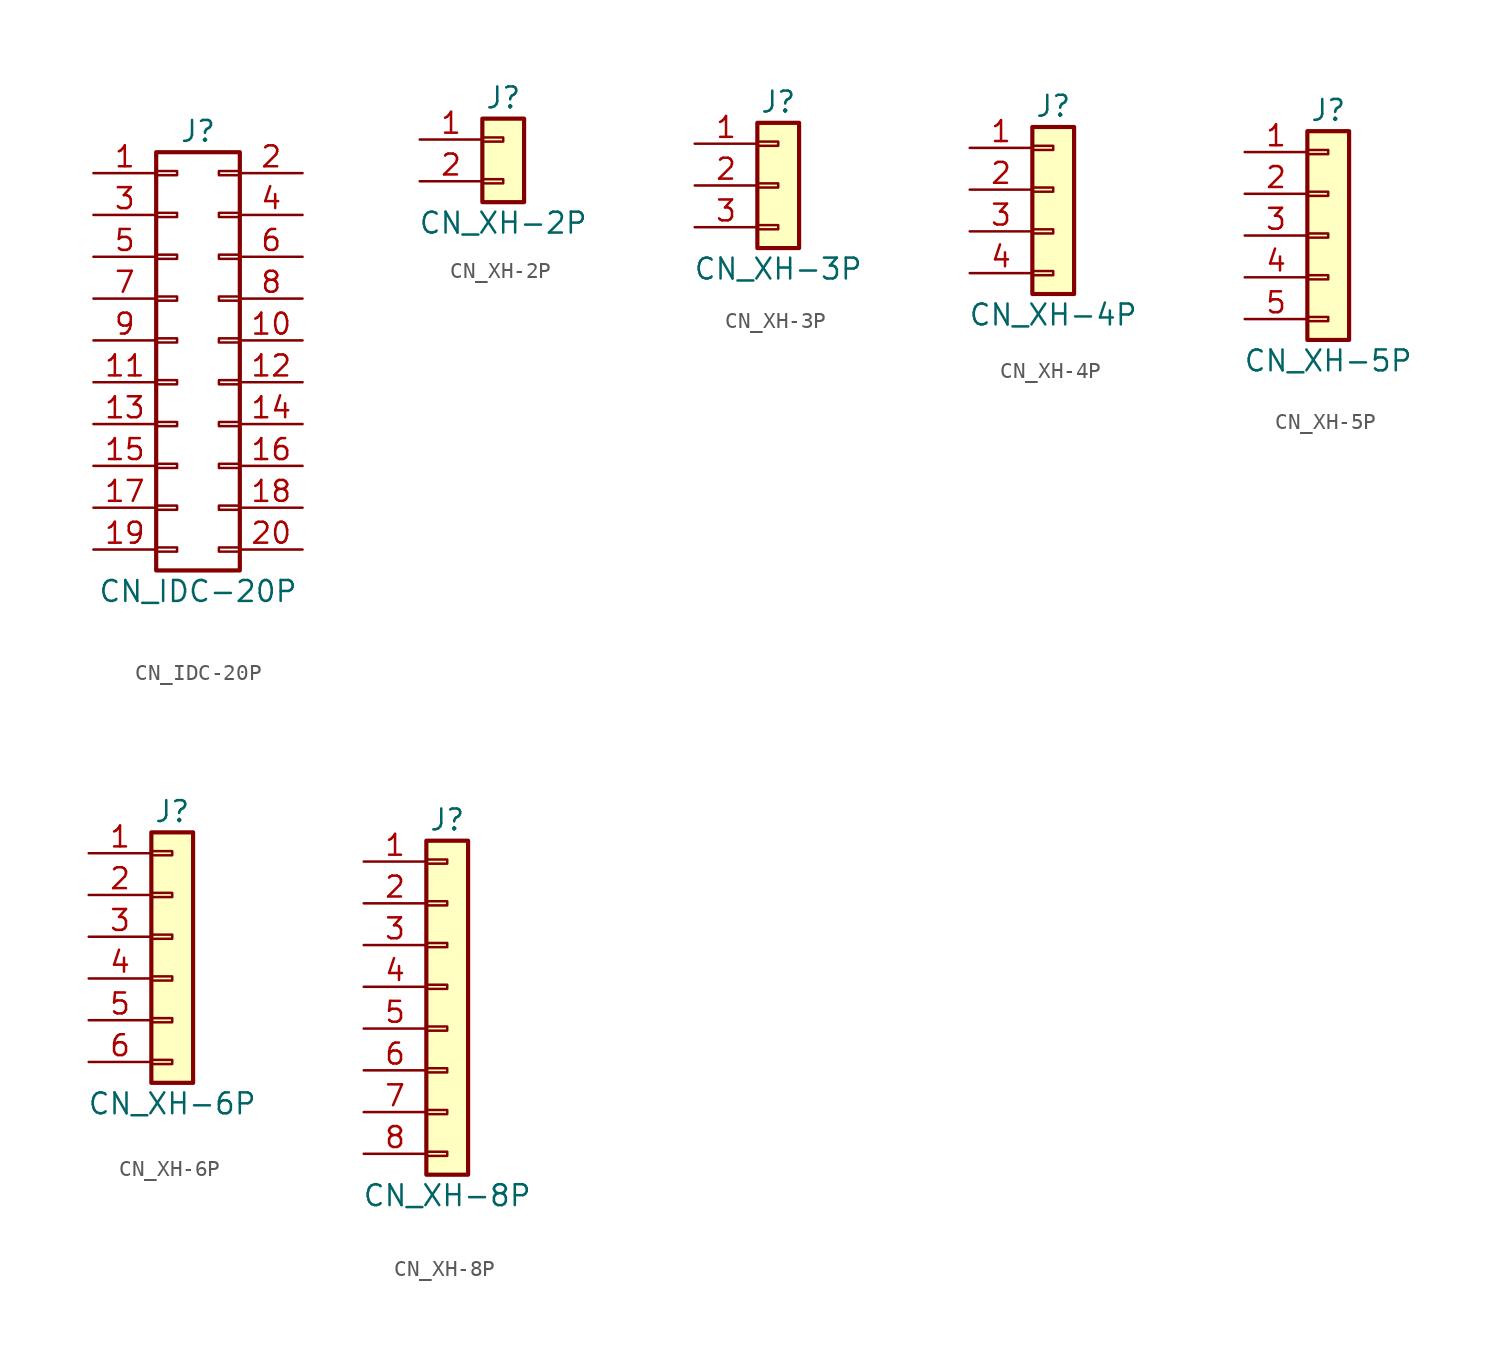
<source format=kicad_sym>
(kicad_symbol_lib
  (version 20220914)
  (generator kicad_symbol_editor)
  (symbol "CN_IDC-20P"
    (pin_names
      (offset 1.016) hide)
    (property "Reference" "J"
      (at 1.27 12.7 0)
      (effects (font (size 1.27 1.27))))
    (property "Value" "CN_IDC-20P"
      (at 1.27 -15.24 0)
      (effects (font (size 1.27 1.27))))
    (symbol "CN_IDC-20P_1_1"
      (rectangle (start -1.27 -12.573) (end 0 -12.827) (stroke (width 0.152) (type default)) (fill (type none)))
      (rectangle (start -1.27 -10.033) (end 0 -10.287) (stroke (width 0.152) (type default)) (fill (type none)))
      (rectangle (start -1.27 -7.493) (end 0 -7.747) (stroke (width 0.152) (type default)) (fill (type none)))
      (rectangle (start -1.27 -4.953) (end 0 -5.207) (stroke (width 0.152) (type default)) (fill (type none)))
      (rectangle (start -1.27 -2.413) (end 0 -2.667) (stroke (width 0.152) (type default)) (fill (type none)))
      (rectangle (start -1.27 0.127) (end 0 -0.127) (stroke (width 0.152) (type default)) (fill (type none)))
      (rectangle (start -1.27 2.667) (end 0 2.413) (stroke (width 0.152) (type default)) (fill (type none)))
      (rectangle (start -1.27 5.207) (end 0 4.953) (stroke (width 0.152) (type default)) (fill (type none)))
      (rectangle (start -1.27 7.747) (end 0 7.493) (stroke (width 0.152) (type default)) (fill (type none)))
      (rectangle (start -1.27 10.287) (end 0 10.033) (stroke (width 0.152) (type default)) (fill (type none)))
      (rectangle (start -1.27 11.43) (end 3.81 -13.97) (stroke (width 0.254) (type default)) (fill (type none)))
      (rectangle (start 3.81 -12.573) (end 2.54 -12.827) (stroke (width 0.152) (type default)) (fill (type none)))
      (rectangle (start 3.81 -10.033) (end 2.54 -10.287) (stroke (width 0.152) (type default)) (fill (type none)))
      (rectangle (start 3.81 -7.493) (end 2.54 -7.747) (stroke (width 0.152) (type default)) (fill (type none)))
      (rectangle (start 3.81 -4.953) (end 2.54 -5.207) (stroke (width 0.152) (type default)) (fill (type none)))
      (rectangle (start 3.81 -2.413) (end 2.54 -2.667) (stroke (width 0.152) (type default)) (fill (type none)))
      (rectangle (start 3.81 0.127) (end 2.54 -0.127) (stroke (width 0.152) (type default)) (fill (type none)))
      (rectangle (start 3.81 2.667) (end 2.54 2.413) (stroke (width 0.152) (type default)) (fill (type none)))
      (rectangle (start 3.81 5.207) (end 2.54 4.953) (stroke (width 0.152) (type default)) (fill (type none)))
      (rectangle (start 3.81 7.747) (end 2.54 7.493) (stroke (width 0.152) (type default)) (fill (type none)))
      (rectangle (start 3.81 10.287) (end 2.54 10.033) (stroke (width 0.152) (type default)) (fill (type none)))
      (pin passive line (at -5.08 10.16 0) (length 3.81) (name "Pin_1" (effects (font (size 1.27 1.27)))) (number "1" (effects (font (size 1.27 1.27)))))
      (pin passive line (at 7.62 0 180) (length 3.81) (name "Pin_10" (effects (font (size 1.27 1.27)))) (number "10" (effects (font (size 1.27 1.27)))))
      (pin passive line (at -5.08 -2.54 0) (length 3.81) (name "Pin_11" (effects (font (size 1.27 1.27)))) (number "11" (effects (font (size 1.27 1.27)))))
      (pin passive line (at 7.62 -2.54 180) (length 3.81) (name "Pin_12" (effects (font (size 1.27 1.27)))) (number "12" (effects (font (size 1.27 1.27)))))
      (pin passive line (at -5.08 -5.08 0) (length 3.81) (name "Pin_13" (effects (font (size 1.27 1.27)))) (number "13" (effects (font (size 1.27 1.27)))))
      (pin passive line (at 7.62 -5.08 180) (length 3.81) (name "Pin_14" (effects (font (size 1.27 1.27)))) (number "14" (effects (font (size 1.27 1.27)))))
      (pin passive line (at -5.08 -7.62 0) (length 3.81) (name "Pin_15" (effects (font (size 1.27 1.27)))) (number "15" (effects (font (size 1.27 1.27)))))
      (pin passive line (at 7.62 -7.62 180) (length 3.81) (name "Pin_16" (effects (font (size 1.27 1.27)))) (number "16" (effects (font (size 1.27 1.27)))))
      (pin passive line (at -5.08 -10.16 0) (length 3.81) (name "Pin_17" (effects (font (size 1.27 1.27)))) (number "17" (effects (font (size 1.27 1.27)))))
      (pin passive line (at 7.62 -10.16 180) (length 3.81) (name "Pin_18" (effects (font (size 1.27 1.27)))) (number "18" (effects (font (size 1.27 1.27)))))
      (pin passive line (at -5.08 -12.7 0) (length 3.81) (name "Pin_19" (effects (font (size 1.27 1.27)))) (number "19" (effects (font (size 1.27 1.27)))))
      (pin passive line (at 7.62 10.16 180) (length 3.81) (name "Pin_2" (effects (font (size 1.27 1.27)))) (number "2" (effects (font (size 1.27 1.27)))))
      (pin passive line (at 7.62 -12.7 180) (length 3.81) (name "Pin_20" (effects (font (size 1.27 1.27)))) (number "20" (effects (font (size 1.27 1.27)))))
      (pin passive line (at -5.08 7.62 0) (length 3.81) (name "Pin_3" (effects (font (size 1.27 1.27)))) (number "3" (effects (font (size 1.27 1.27)))))
      (pin passive line (at 7.62 7.62 180) (length 3.81) (name "Pin_4" (effects (font (size 1.27 1.27)))) (number "4" (effects (font (size 1.27 1.27)))))
      (pin passive line (at -5.08 5.08 0) (length 3.81) (name "Pin_5" (effects (font (size 1.27 1.27)))) (number "5" (effects (font (size 1.27 1.27)))))
      (pin passive line (at 7.62 5.08 180) (length 3.81) (name "Pin_6" (effects (font (size 1.27 1.27)))) (number "6" (effects (font (size 1.27 1.27)))))
      (pin passive line (at -5.08 2.54 0) (length 3.81) (name "Pin_7" (effects (font (size 1.27 1.27)))) (number "7" (effects (font (size 1.27 1.27)))))
      (pin passive line (at 7.62 2.54 180) (length 3.81) (name "Pin_8" (effects (font (size 1.27 1.27)))) (number "8" (effects (font (size 1.27 1.27)))))
      (pin passive line (at -5.08 0 0) (length 3.81) (name "Pin_9" (effects (font (size 1.27 1.27)))) (number "9" (effects (font (size 1.27 1.27)))))))
  (symbol "CN_XH-2P"
    (pin_names
      (offset 1.016) hide)
    (property "Reference" "J"
      (at 0 2.54 0)
      (effects (font (size 1.27 1.27))))
    (property "Value" "CN_XH-2P"
      (at 0 -5.08 0)
      (effects (font (size 1.27 1.27))))
    (symbol "CN_XH-2P_1_1"
      (rectangle (start -1.27 -2.413) (end 0 -2.667) (stroke (width 0.152) (type default)) (fill (type none)))
      (rectangle (start -1.27 0.127) (end 0 -0.127) (stroke (width 0.152) (type default)) (fill (type none)))
      (rectangle (start -1.27 1.27) (end 1.27 -3.81) (stroke (width 0.254) (type default)) (fill (type background)))
      (pin passive line (at -5.08 0 0) (length 3.81) (name "Pin_1" (effects (font (size 1.27 1.27)))) (number "1" (effects (font (size 1.27 1.27)))))
      (pin passive line (at -5.08 -2.54 0) (length 3.81) (name "Pin_2" (effects (font (size 1.27 1.27)))) (number "2" (effects (font (size 1.27 1.27)))))))
  (symbol "CN_XH-3P"
    (pin_names
      (offset 1.016) hide)
    (property "Reference" "J"
      (at 0 5.08 0)
      (effects (font (size 1.27 1.27))))
    (property "Value" "CN_XH-3P"
      (at 0 -5.08 0)
      (effects (font (size 1.27 1.27))))
    (symbol "CN_XH-3P_1_1"
      (rectangle (start -1.27 -2.413) (end 0 -2.667) (stroke (width 0.152) (type default)) (fill (type none)))
      (rectangle (start -1.27 0.127) (end 0 -0.127) (stroke (width 0.152) (type default)) (fill (type none)))
      (rectangle (start -1.27 2.667) (end 0 2.413) (stroke (width 0.152) (type default)) (fill (type none)))
      (rectangle (start -1.27 3.81) (end 1.27 -3.81) (stroke (width 0.254) (type default)) (fill (type background)))
      (pin passive line (at -5.08 2.54 0) (length 3.81) (name "Pin_1" (effects (font (size 1.27 1.27)))) (number "1" (effects (font (size 1.27 1.27)))))
      (pin passive line (at -5.08 0 0) (length 3.81) (name "Pin_2" (effects (font (size 1.27 1.27)))) (number "2" (effects (font (size 1.27 1.27)))))
      (pin passive line (at -5.08 -2.54 0) (length 3.81) (name "Pin_3" (effects (font (size 1.27 1.27)))) (number "3" (effects (font (size 1.27 1.27)))))))
  (symbol "CN_XH-4P"
    (pin_names
      (offset 1.016) hide)
    (property "Reference" "J"
      (at 0 5.08 0)
      (effects (font (size 1.27 1.27))))
    (property "Value" "CN_XH-4P"
      (at 0 -7.62 0)
      (effects (font (size 1.27 1.27))))
    (symbol "CN_XH-4P_1_1"
      (rectangle (start -1.27 -4.953) (end 0 -5.207) (stroke (width 0.152) (type default)) (fill (type none)))
      (rectangle (start -1.27 -2.413) (end 0 -2.667) (stroke (width 0.152) (type default)) (fill (type none)))
      (rectangle (start -1.27 0.127) (end 0 -0.127) (stroke (width 0.152) (type default)) (fill (type none)))
      (rectangle (start -1.27 2.667) (end 0 2.413) (stroke (width 0.152) (type default)) (fill (type none)))
      (rectangle (start -1.27 3.81) (end 1.27 -6.35) (stroke (width 0.254) (type default)) (fill (type background)))
      (pin passive line (at -5.08 2.54 0) (length 3.81) (name "Pin_1" (effects (font (size 1.27 1.27)))) (number "1" (effects (font (size 1.27 1.27)))))
      (pin passive line (at -5.08 0 0) (length 3.81) (name "Pin_2" (effects (font (size 1.27 1.27)))) (number "2" (effects (font (size 1.27 1.27)))))
      (pin passive line (at -5.08 -2.54 0) (length 3.81) (name "Pin_3" (effects (font (size 1.27 1.27)))) (number "3" (effects (font (size 1.27 1.27)))))
      (pin passive line (at -5.08 -5.08 0) (length 3.81) (name "Pin_4" (effects (font (size 1.27 1.27)))) (number "4" (effects (font (size 1.27 1.27)))))))
  (symbol "CN_XH-5P"
    (pin_names
      (offset 1.016) hide)
    (property "Reference" "J"
      (at 0 7.62 0)
      (effects (font (size 1.27 1.27))))
    (property "Value" "CN_XH-5P"
      (at 0 -7.62 0)
      (effects (font (size 1.27 1.27))))
    (symbol "CN_XH-5P_1_1"
      (rectangle (start -1.27 -4.953) (end 0 -5.207) (stroke (width 0.152) (type default)) (fill (type none)))
      (rectangle (start -1.27 -2.413) (end 0 -2.667) (stroke (width 0.152) (type default)) (fill (type none)))
      (rectangle (start -1.27 0.127) (end 0 -0.127) (stroke (width 0.152) (type default)) (fill (type none)))
      (rectangle (start -1.27 2.667) (end 0 2.413) (stroke (width 0.152) (type default)) (fill (type none)))
      (rectangle (start -1.27 5.207) (end 0 4.953) (stroke (width 0.152) (type default)) (fill (type none)))
      (rectangle (start -1.27 6.35) (end 1.27 -6.35) (stroke (width 0.254) (type default)) (fill (type background)))
      (pin passive line (at -5.08 5.08 0) (length 3.81) (name "Pin_1" (effects (font (size 1.27 1.27)))) (number "1" (effects (font (size 1.27 1.27)))))
      (pin passive line (at -5.08 2.54 0) (length 3.81) (name "Pin_2" (effects (font (size 1.27 1.27)))) (number "2" (effects (font (size 1.27 1.27)))))
      (pin passive line (at -5.08 0 0) (length 3.81) (name "Pin_3" (effects (font (size 1.27 1.27)))) (number "3" (effects (font (size 1.27 1.27)))))
      (pin passive line (at -5.08 -2.54 0) (length 3.81) (name "Pin_4" (effects (font (size 1.27 1.27)))) (number "4" (effects (font (size 1.27 1.27)))))
      (pin passive line (at -5.08 -5.08 0) (length 3.81) (name "Pin_5" (effects (font (size 1.27 1.27)))) (number "5" (effects (font (size 1.27 1.27)))))))
  (symbol "CN_XH-6P"
    (pin_names
      (offset 1.016) hide)
    (property "Reference" "J"
      (at 0 7.62 0)
      (effects (font (size 1.27 1.27))))
    (property "Value" "CN_XH-6P"
      (at 0 -10.16 0)
      (effects (font (size 1.27 1.27))))
    (symbol "CN_XH-6P_1_1"
      (rectangle (start -1.27 -7.493) (end 0 -7.747) (stroke (width 0.152) (type default)) (fill (type none)))
      (rectangle (start -1.27 -4.953) (end 0 -5.207) (stroke (width 0.152) (type default)) (fill (type none)))
      (rectangle (start -1.27 -2.413) (end 0 -2.667) (stroke (width 0.152) (type default)) (fill (type none)))
      (rectangle (start -1.27 0.127) (end 0 -0.127) (stroke (width 0.152) (type default)) (fill (type none)))
      (rectangle (start -1.27 2.667) (end 0 2.413) (stroke (width 0.152) (type default)) (fill (type none)))
      (rectangle (start -1.27 5.207) (end 0 4.953) (stroke (width 0.152) (type default)) (fill (type none)))
      (rectangle (start -1.27 6.35) (end 1.27 -8.89) (stroke (width 0.254) (type default)) (fill (type background)))
      (pin passive line (at -5.08 5.08 0) (length 3.81) (name "Pin_1" (effects (font (size 1.27 1.27)))) (number "1" (effects (font (size 1.27 1.27)))))
      (pin passive line (at -5.08 2.54 0) (length 3.81) (name "Pin_2" (effects (font (size 1.27 1.27)))) (number "2" (effects (font (size 1.27 1.27)))))
      (pin passive line (at -5.08 0 0) (length 3.81) (name "Pin_3" (effects (font (size 1.27 1.27)))) (number "3" (effects (font (size 1.27 1.27)))))
      (pin passive line (at -5.08 -2.54 0) (length 3.81) (name "Pin_4" (effects (font (size 1.27 1.27)))) (number "4" (effects (font (size 1.27 1.27)))))
      (pin passive line (at -5.08 -5.08 0) (length 3.81) (name "Pin_5" (effects (font (size 1.27 1.27)))) (number "5" (effects (font (size 1.27 1.27)))))
      (pin passive line (at -5.08 -7.62 0) (length 3.81) (name "Pin_6" (effects (font (size 1.27 1.27)))) (number "6" (effects (font (size 1.27 1.27)))))))
  (symbol "CN_XH-8P"
    (pin_names
      (offset 1.016) hide)
    (property "Reference" "J"
      (at 0 10.16 0)
      (effects (font (size 1.27 1.27))))
    (property "Value" "CN_XH-8P"
      (at 0 -12.7 0)
      (effects (font (size 1.27 1.27))))
    (symbol "CN_XH-8P_1_1"
      (rectangle (start -1.27 -10.033) (end 0 -10.287) (stroke (width 0.152) (type default)) (fill (type none)))
      (rectangle (start -1.27 -7.493) (end 0 -7.747) (stroke (width 0.152) (type default)) (fill (type none)))
      (rectangle (start -1.27 -4.953) (end 0 -5.207) (stroke (width 0.152) (type default)) (fill (type none)))
      (rectangle (start -1.27 -2.413) (end 0 -2.667) (stroke (width 0.152) (type default)) (fill (type none)))
      (rectangle (start -1.27 0.127) (end 0 -0.127) (stroke (width 0.152) (type default)) (fill (type none)))
      (rectangle (start -1.27 2.667) (end 0 2.413) (stroke (width 0.152) (type default)) (fill (type none)))
      (rectangle (start -1.27 5.207) (end 0 4.953) (stroke (width 0.152) (type default)) (fill (type none)))
      (rectangle (start -1.27 7.747) (end 0 7.493) (stroke (width 0.152) (type default)) (fill (type none)))
      (rectangle (start -1.27 8.89) (end 1.27 -11.43) (stroke (width 0.254) (type default)) (fill (type background)))
      (pin passive line (at -5.08 7.62 0) (length 3.81) (name "Pin_1" (effects (font (size 1.27 1.27)))) (number "1" (effects (font (size 1.27 1.27)))))
      (pin passive line (at -5.08 5.08 0) (length 3.81) (name "Pin_2" (effects (font (size 1.27 1.27)))) (number "2" (effects (font (size 1.27 1.27)))))
      (pin passive line (at -5.08 2.54 0) (length 3.81) (name "Pin_3" (effects (font (size 1.27 1.27)))) (number "3" (effects (font (size 1.27 1.27)))))
      (pin passive line (at -5.08 0 0) (length 3.81) (name "Pin_4" (effects (font (size 1.27 1.27)))) (number "4" (effects (font (size 1.27 1.27)))))
      (pin passive line (at -5.08 -2.54 0) (length 3.81) (name "Pin_5" (effects (font (size 1.27 1.27)))) (number "5" (effects (font (size 1.27 1.27)))))
      (pin passive line (at -5.08 -5.08 0) (length 3.81) (name "Pin_6" (effects (font (size 1.27 1.27)))) (number "6" (effects (font (size 1.27 1.27)))))
      (pin passive line (at -5.08 -7.62 0) (length 3.81) (name "Pin_7" (effects (font (size 1.27 1.27)))) (number "7" (effects (font (size 1.27 1.27)))))
      (pin passive line (at -5.08 -10.16 0) (length 3.81) (name "Pin_8" (effects (font (size 1.27 1.27)))) (number "8" (effects (font (size 1.27 1.27))))))))
</source>
